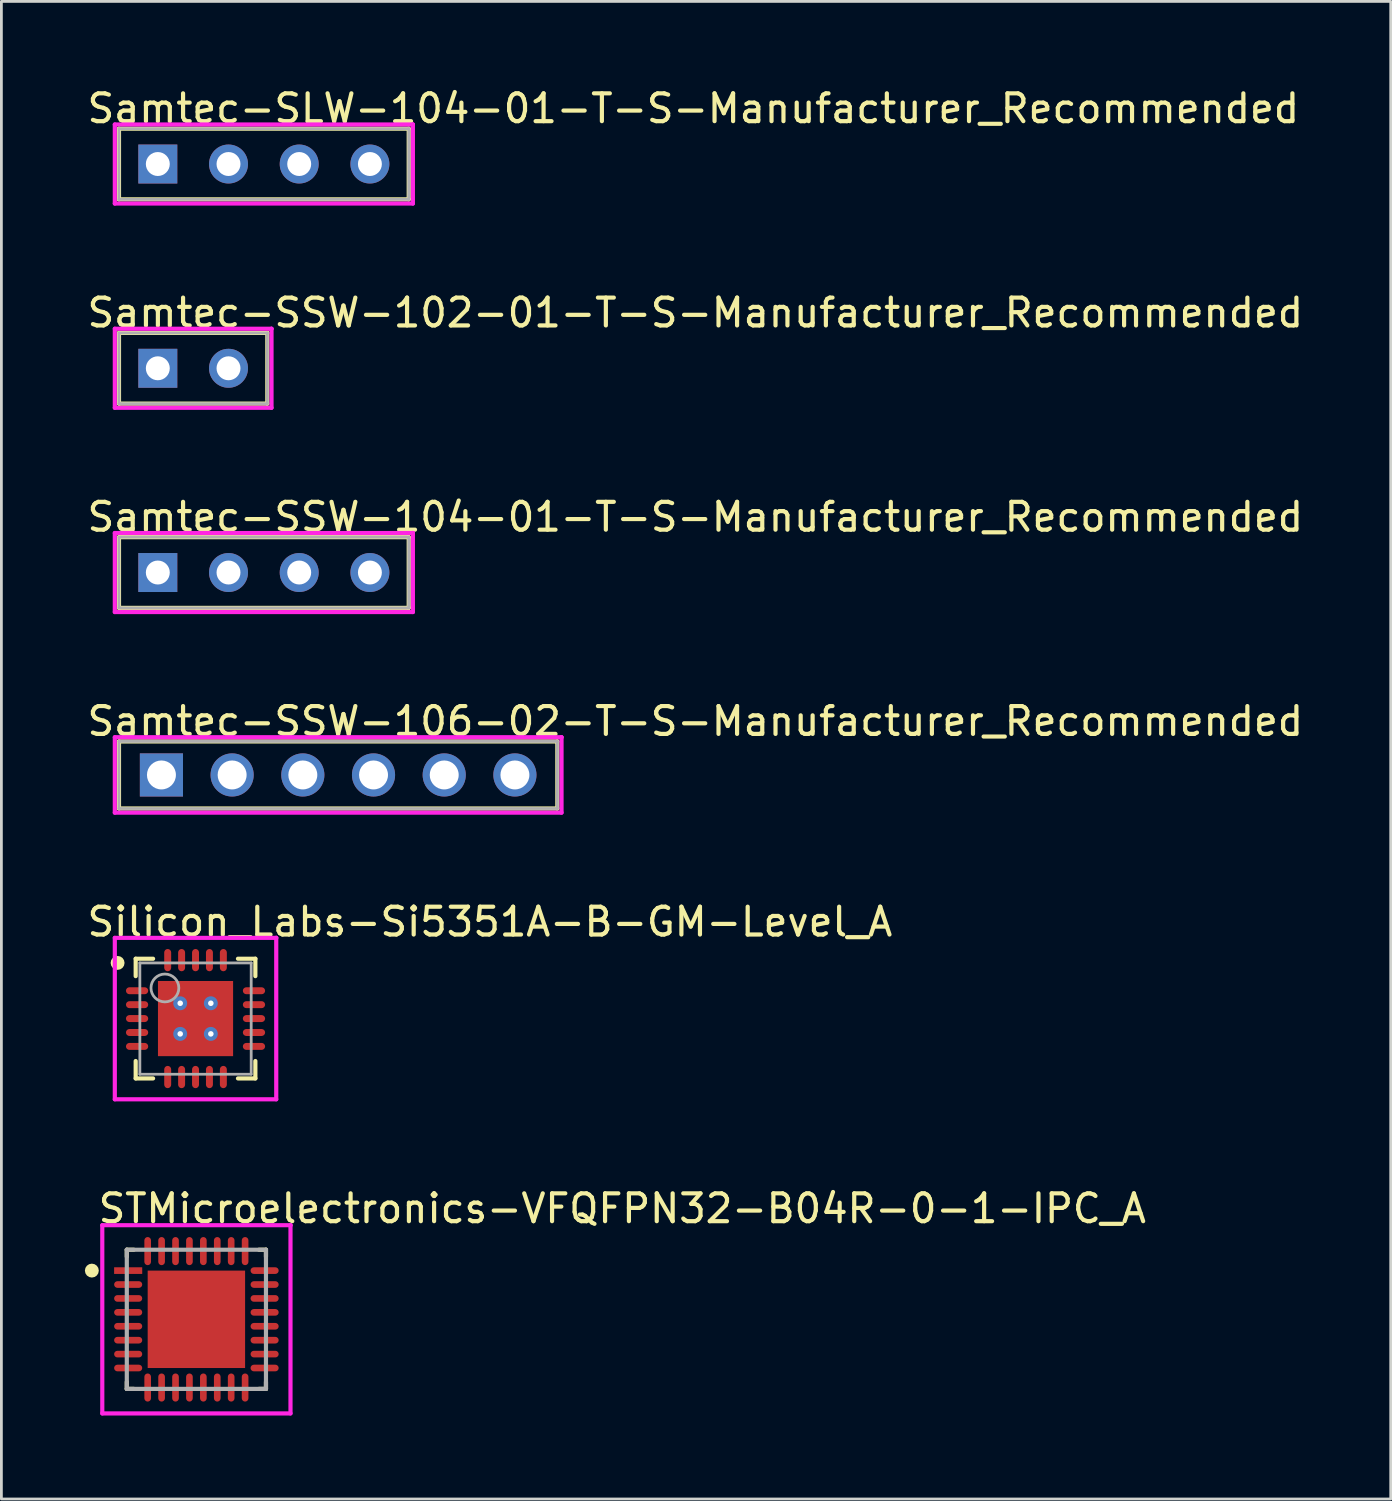
<source format=kicad_pcb>
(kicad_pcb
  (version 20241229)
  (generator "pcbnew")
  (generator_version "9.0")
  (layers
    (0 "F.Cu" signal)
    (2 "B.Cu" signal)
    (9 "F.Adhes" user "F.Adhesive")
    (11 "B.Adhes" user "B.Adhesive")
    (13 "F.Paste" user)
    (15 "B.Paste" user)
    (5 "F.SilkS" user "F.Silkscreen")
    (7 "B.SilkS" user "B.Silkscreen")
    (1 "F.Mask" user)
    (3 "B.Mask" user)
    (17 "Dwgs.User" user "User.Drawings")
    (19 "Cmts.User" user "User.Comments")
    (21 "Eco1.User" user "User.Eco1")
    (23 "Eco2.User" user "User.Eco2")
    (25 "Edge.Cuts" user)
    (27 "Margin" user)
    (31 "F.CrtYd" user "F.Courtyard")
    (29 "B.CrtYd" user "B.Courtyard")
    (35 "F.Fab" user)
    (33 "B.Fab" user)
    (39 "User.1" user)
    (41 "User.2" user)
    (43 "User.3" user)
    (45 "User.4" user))
  (footprint "Silicon_Labs-Si5351A-B-GM-Level_A"
    (layer "F.Cu")
    (at 3.975 33.546)
    (property "Reference" "Silicon_Labs-Si5351A-B-GM-Level_A" (at -3.975 -3.475 0) (layer "F.SilkS") (effects (font (size 1 1) (thickness 0.15)) (justify left)))
    (attr through_hole)
    (fp_line (start -2.15 -2.15) (end -1.525 -2.15) (stroke (width 0.15) (type solid)) (layer "F.SilkS"))
    (fp_line (start -2.15 -1.525) (end -2.15 -2.15) (stroke (width 0.15) (type solid)) (layer "F.SilkS"))
    (fp_line (start -2.15 2.15) (end -2.15 1.525) (stroke (width 0.15) (type solid)) (layer "F.SilkS"))
    (fp_line (start -2.15 2.15) (end -1.525 2.15) (stroke (width 0.15) (type solid)) (layer "F.SilkS"))
    (fp_line (start 1.525 -2.15) (end 2.15 -2.15) (stroke (width 0.15) (type solid)) (layer "F.SilkS"))
    (fp_line (start 1.525 2.15) (end 2.15 2.15) (stroke (width 0.15) (type solid)) (layer "F.SilkS"))
    (fp_line (start 2.15 -1.525) (end 2.15 -2.15) (stroke (width 0.15) (type solid)) (layer "F.SilkS"))
    (fp_line (start 2.15 2.15) (end 2.15 1.525) (stroke (width 0.15) (type solid)) (layer "F.SilkS"))
    (fp_circle (center -2.8 -2) (end -2.675 -2) (stroke (width 0.25) (type solid)) (fill no) (layer "F.SilkS"))
    (fp_line (start -2.9 -2.9) (end -2.9 2.9) (stroke (width 0.15) (type solid)) (layer "F.CrtYd"))
    (fp_line (start -2.9 2.9) (end 2.9 2.9) (stroke (width 0.15) (type solid)) (layer "F.CrtYd"))
    (fp_line (start 2.9 -2.9) (end -2.9 -2.9) (stroke (width 0.15) (type solid)) (layer "F.CrtYd"))
    (fp_line (start 2.9 -2.9) (end 2.9 -2.9) (stroke (width 0.15) (type solid)) (layer "F.CrtYd"))
    (fp_line (start 2.9 2.9) (end 2.9 -2.9) (stroke (width 0.15) (type solid)) (layer "F.CrtYd"))
    (fp_line (start -2 -2) (end 2 -2) (stroke (width 0.1) (type solid)) (layer "F.Fab"))
    (fp_line (start -2 2) (end -2 -2) (stroke (width 0.1) (type solid)) (layer "F.Fab"))
    (fp_line (start -2 2) (end 2 2) (stroke (width 0.1) (type solid)) (layer "F.Fab"))
    (fp_line (start 2 2) (end 2 -2) (stroke (width 0.1) (type solid)) (layer "F.Fab"))
    (fp_circle (center -1.1 -1.1) (end -0.6 -1.1) (stroke (width 0.1) (type solid)) (fill no) (layer "F.Fab"))
    (pad "1" smd roundrect (at -2.1 -1 270) (size 0.25 0.8) (layers "F.Cu" "F.Mask" "F.Paste") (roundrect_rratio 0.5))
    (pad "2" smd roundrect (at -2.1 -0.5 270) (size 0.25 0.8) (layers "F.Cu" "F.Mask" "F.Paste") (roundrect_rratio 0.5))
    (pad "3" smd roundrect (at -2.1 -0.000001 270) (size 0.25 0.8) (layers "F.Cu" "F.Mask" "F.Paste") (roundrect_rratio 0.5))
    (pad "4" smd roundrect (at -2.1 0.5 270) (size 0.25 0.8) (layers "F.Cu" "F.Mask" "F.Paste") (roundrect_rratio 0.5))
    (pad "5" smd roundrect (at -2.1 1 270) (size 0.25 0.8) (layers "F.Cu" "F.Mask" "F.Paste") (roundrect_rratio 0.5))
    (pad "6" smd roundrect (at -1 2.1) (size 0.25 0.8) (layers "F.Cu" "F.Mask" "F.Paste") (roundrect_rratio 0.5))
    (pad "7" smd roundrect (at -0.5 2.1) (size 0.25 0.8) (layers "F.Cu" "F.Mask" "F.Paste") (roundrect_rratio 0.5))
    (pad "8" smd roundrect (at 0.000001 2.1) (size 0.25 0.8) (layers "F.Cu" "F.Mask" "F.Paste") (roundrect_rratio 0.5))
    (pad "9" smd roundrect (at 0.5 2.1) (size 0.25 0.8) (layers "F.Cu" "F.Mask" "F.Paste") (roundrect_rratio 0.5))
    (pad "10" smd roundrect (at 1 2.1) (size 0.25 0.8) (layers "F.Cu" "F.Mask" "F.Paste") (roundrect_rratio 0.5))
    (pad "11" smd roundrect (at 2.1 1 270) (size 0.25 0.8) (layers "F.Cu" "F.Mask" "F.Paste") (roundrect_rratio 0.5))
    (pad "12" smd roundrect (at 2.1 0.5 270) (size 0.25 0.8) (layers "F.Cu" "F.Mask" "F.Paste") (roundrect_rratio 0.5))
    (pad "13" smd roundrect (at 2.1 -0.000001 270) (size 0.25 0.8) (layers "F.Cu" "F.Mask" "F.Paste") (roundrect_rratio 0.5))
    (pad "14" smd roundrect (at 2.1 -0.5 270) (size 0.25 0.8) (layers "F.Cu" "F.Mask" "F.Paste") (roundrect_rratio 0.5))
    (pad "15" smd roundrect (at 2.1 -1 270) (size 0.25 0.8) (layers "F.Cu" "F.Mask" "F.Paste") (roundrect_rratio 0.5))
    (pad "16" smd roundrect (at 1 -2.1) (size 0.25 0.8) (layers "F.Cu" "F.Mask" "F.Paste") (roundrect_rratio 0.5))
    (pad "17" smd roundrect (at 0.5 -2.1) (size 0.25 0.8) (layers "F.Cu" "F.Mask" "F.Paste") (roundrect_rratio 0.5))
    (pad "18" smd roundrect (at 0.000001 -2.1) (size 0.25 0.8) (layers "F.Cu" "F.Mask" "F.Paste") (roundrect_rratio 0.5))
    (pad "19" smd roundrect (at -0.5 -2.1) (size 0.25 0.8) (layers "F.Cu" "F.Mask" "F.Paste") (roundrect_rratio 0.5))
    (pad "20" smd roundrect (at -1 -2.1) (size 0.25 0.8) (layers "F.Cu" "F.Mask" "F.Paste") (roundrect_rratio 0.5))
    (pad "21" smd rect (at 0 0) (size 2.7 2.7) (layers "F.Cu" "F.Mask" "F.Paste"))
    (pad "~" thru_hole circle (at -0.55 -0.55) (size 0.5 0.5) (drill 0.2) (layers "*.Cu"))
    (pad "~" thru_hole circle (at -0.55 0.55) (size 0.5 0.5) (drill 0.2) (layers "*.Cu"))
    (pad "~" thru_hole circle (at 0.55 -0.55) (size 0.5 0.5) (drill 0.2) (layers "*.Cu"))
    (pad "~" thru_hole circle (at 0.55 0.55) (size 0.5 0.5) (drill 0.2) (layers "*.Cu")))
  (footprint "STMicroelectronics-VFQFPN32-B04R-0-1-IPC_A"
    (layer "F.Cu")
    (at 4.006 44.351)
    (property "Reference" "STMicroelectronics-VFQFPN32-B04R-0-1-IPC_A" (at -3.606 -3.981 0) (layer "F.SilkS") (effects (font (size 1 1) (thickness 0.15)) (justify left)))
    (attr through_hole)
    (fp_line (start -2.5 -2.5) (end -2.5 -2.25) (stroke (width 0.15) (type solid)) (layer "F.SilkS"))
    (fp_line (start -2.5 2.5) (end -2.5 2.25) (stroke (width 0.15) (type solid)) (layer "F.SilkS"))
    (fp_line (start -2.25 -2.5) (end -2.5 -2.5) (stroke (width 0.15) (type solid)) (layer "F.SilkS"))
    (fp_line (start -2.25 2.5) (end -2.5 2.5) (stroke (width 0.15) (type solid)) (layer "F.SilkS"))
    (fp_line (start 2.25 -2.5) (end 2.5 -2.5) (stroke (width 0.15) (type solid)) (layer "F.SilkS"))
    (fp_line (start 2.25 2.5) (end 2.5 2.5) (stroke (width 0.15) (type solid)) (layer "F.SilkS"))
    (fp_line (start 2.5 -2.5) (end 2.5 -2.25) (stroke (width 0.15) (type solid)) (layer "F.SilkS"))
    (fp_line (start 2.5 2.5) (end 2.5 2.25) (stroke (width 0.15) (type solid)) (layer "F.SilkS"))
    (fp_circle (center -3.756 -1.75) (end -3.631 -1.75) (stroke (width 0.25) (type solid)) (fill no) (layer "F.SilkS"))
    (fp_poly (pts (xy -1.107 -1.107) (xy 1.107 -1.107) (xy 1.107 1.107) (xy -1.107 1.107)) (stroke (width 0) (type solid)) (fill yes) (layer "F.Paste"))
    (fp_line (start -3.381 -3.381) (end -3.381 3.381) (stroke (width 0.15) (type solid)) (layer "F.CrtYd"))
    (fp_line (start -3.381 3.381) (end 3.381 3.381) (stroke (width 0.15) (type solid)) (layer "F.CrtYd"))
    (fp_line (start 3.381 -3.381) (end -3.381 -3.381) (stroke (width 0.15) (type solid)) (layer "F.CrtYd"))
    (fp_line (start 3.381 -3.381) (end 3.381 -3.381) (stroke (width 0.15) (type solid)) (layer "F.CrtYd"))
    (fp_line (start 3.381 3.381) (end 3.381 -3.381) (stroke (width 0.15) (type solid)) (layer "F.CrtYd"))
    (fp_line (start -2.5 -2.5) (end 2.5 -2.5) (stroke (width 0.15) (type solid)) (layer "F.Fab"))
    (fp_line (start -2.5 2.5) (end -2.5 -2.5) (stroke (width 0.15) (type solid)) (layer "F.Fab"))
    (fp_line (start 2.5 -2.5) (end 2.5 2.5) (stroke (width 0.15) (type solid)) (layer "F.Fab"))
    (fp_line (start 2.5 2.5) (end -2.5 2.5) (stroke (width 0.15) (type solid)) (layer "F.Fab"))
    (pad "1" smd rect (at -2.451 -1.75) (size 1.01 0.239) (layers "F.Cu" "F.Mask" "F.Paste"))
    (pad "2" smd roundrect (at -2.451 -1.25) (size 1.01 0.239) (layers "F.Cu" "F.Mask" "F.Paste") (roundrect_rratio 0.5))
    (pad "3" smd roundrect (at -2.451 -0.75) (size 1.01 0.239) (layers "F.Cu" "F.Mask" "F.Paste") (roundrect_rratio 0.5))
    (pad "4" smd roundrect (at -2.451 -0.25) (size 1.01 0.239) (layers "F.Cu" "F.Mask" "F.Paste") (roundrect_rratio 0.5))
    (pad "5" smd roundrect (at -2.451 0.25) (size 1.01 0.239) (layers "F.Cu" "F.Mask" "F.Paste") (roundrect_rratio 0.5))
    (pad "6" smd roundrect (at -2.451 0.75) (size 1.01 0.239) (layers "F.Cu" "F.Mask" "F.Paste") (roundrect_rratio 0.5))
    (pad "7" smd roundrect (at -2.451 1.25) (size 1.01 0.239) (layers "F.Cu" "F.Mask" "F.Paste") (roundrect_rratio 0.5))
    (pad "8" smd roundrect (at -2.451 1.75) (size 1.01 0.239) (layers "F.Cu" "F.Mask" "F.Paste") (roundrect_rratio 0.5))
    (pad "9" smd roundrect (at -1.75 2.451) (size 0.239 1.01) (layers "F.Cu" "F.Mask" "F.Paste") (roundrect_rratio 0.5))
    (pad "10" smd roundrect (at -1.25 2.451) (size 0.239 1.01) (layers "F.Cu" "F.Mask" "F.Paste") (roundrect_rratio 0.5))
    (pad "11" smd roundrect (at -0.75 2.451) (size 0.239 1.01) (layers "F.Cu" "F.Mask" "F.Paste") (roundrect_rratio 0.5))
    (pad "12" smd roundrect (at -0.25 2.451) (size 0.239 1.01) (layers "F.Cu" "F.Mask" "F.Paste") (roundrect_rratio 0.5))
    (pad "13" smd roundrect (at 0.25 2.451) (size 0.239 1.01) (layers "F.Cu" "F.Mask" "F.Paste") (roundrect_rratio 0.5))
    (pad "14" smd roundrect (at 0.75 2.451) (size 0.239 1.01) (layers "F.Cu" "F.Mask" "F.Paste") (roundrect_rratio 0.5))
    (pad "15" smd roundrect (at 1.25 2.451) (size 0.239 1.01) (layers "F.Cu" "F.Mask" "F.Paste") (roundrect_rratio 0.5))
    (pad "16" smd roundrect (at 1.75 2.451) (size 0.239 1.01) (layers "F.Cu" "F.Mask" "F.Paste") (roundrect_rratio 0.5))
    (pad "17" smd roundrect (at 2.451 1.75) (size 1.01 0.239) (layers "F.Cu" "F.Mask" "F.Paste") (roundrect_rratio 0.5))
    (pad "18" smd roundrect (at 2.451 1.25) (size 1.01 0.239) (layers "F.Cu" "F.Mask" "F.Paste") (roundrect_rratio 0.5))
    (pad "19" smd roundrect (at 2.451 0.75) (size 1.01 0.239) (layers "F.Cu" "F.Mask" "F.Paste") (roundrect_rratio 0.5))
    (pad "20" smd roundrect (at 2.451 0.25) (size 1.01 0.239) (layers "F.Cu" "F.Mask" "F.Paste") (roundrect_rratio 0.5))
    (pad "21" smd roundrect (at 2.451 -0.25) (size 1.01 0.239) (layers "F.Cu" "F.Mask" "F.Paste") (roundrect_rratio 0.5))
    (pad "22" smd roundrect (at 2.451 -0.75) (size 1.01 0.239) (layers "F.Cu" "F.Mask" "F.Paste") (roundrect_rratio 0.5))
    (pad "23" smd roundrect (at 2.451 -1.25) (size 1.01 0.239) (layers "F.Cu" "F.Mask" "F.Paste") (roundrect_rratio 0.5))
    (pad "24" smd roundrect (at 2.451 -1.75) (size 1.01 0.239) (layers "F.Cu" "F.Mask" "F.Paste") (roundrect_rratio 0.5))
    (pad "25" smd roundrect (at 1.75 -2.451) (size 0.239 1.01) (layers "F.Cu" "F.Mask" "F.Paste") (roundrect_rratio 0.5))
    (pad "26" smd roundrect (at 1.25 -2.451) (size 0.239 1.01) (layers "F.Cu" "F.Mask" "F.Paste") (roundrect_rratio 0.5))
    (pad "27" smd roundrect (at 0.75 -2.451) (size 0.239 1.01) (layers "F.Cu" "F.Mask" "F.Paste") (roundrect_rratio 0.5))
    (pad "28" smd roundrect (at 0.25 -2.451) (size 0.239 1.01) (layers "F.Cu" "F.Mask" "F.Paste") (roundrect_rratio 0.5))
    (pad "29" smd roundrect (at -0.25 -2.451) (size 0.239 1.01) (layers "F.Cu" "F.Mask" "F.Paste") (roundrect_rratio 0.5))
    (pad "30" smd roundrect (at -0.75 -2.451) (size 0.239 1.01) (layers "F.Cu" "F.Mask" "F.Paste") (roundrect_rratio 0.5))
    (pad "31" smd roundrect (at -1.25 -2.451) (size 0.239 1.01) (layers "F.Cu" "F.Mask" "F.Paste") (roundrect_rratio 0.5))
    (pad "32" smd roundrect (at -1.75 -2.451) (size 0.239 1.01) (layers "F.Cu" "F.Mask" "F.Paste") (roundrect_rratio 0.5))
    (pad "33" smd rect (at 0 0) (size 3.5 3.5) (layers "F.Cu" "F.Mask")))
  (footprint "Samtec-SSW-102-01-T-S-Manufacturer_Recommended"
    (layer "F.Cu")
    (at 2.62 10.182)
    (property "Reference" "Samtec-SSW-102-01-T-S-Manufacturer_Recommended" (at -2.62 -1.995 0) (layer "F.SilkS") (effects (font (size 1 1) (thickness 0.15)) (justify left)))
    (attr through_hole)
    (fp_line (start -1.395 -1.27) (end 3.935 -1.27) (stroke (width 0.15) (type solid)) (layer "F.SilkS"))
    (fp_line (start -1.395 1.27) (end -1.395 -1.27) (stroke (width 0.15) (type solid)) (layer "F.SilkS"))
    (fp_line (start -1.395 1.27) (end 3.935 1.27) (stroke (width 0.15) (type solid)) (layer "F.SilkS"))
    (fp_line (start 3.935 1.27) (end 3.935 -1.27) (stroke (width 0.15) (type solid)) (layer "F.SilkS"))
    (fp_line (start -1.545 -1.42) (end -1.545 1.42) (stroke (width 0.15) (type solid)) (layer "F.CrtYd"))
    (fp_line (start -1.545 1.42) (end 4.085 1.42) (stroke (width 0.15) (type solid)) (layer "F.CrtYd"))
    (fp_line (start 4.085 -1.42) (end -1.545 -1.42) (stroke (width 0.15) (type solid)) (layer "F.CrtYd"))
    (fp_line (start 4.085 -1.42) (end 4.085 -1.42) (stroke (width 0.15) (type solid)) (layer "F.CrtYd"))
    (fp_line (start 4.085 1.42) (end 4.085 -1.42) (stroke (width 0.15) (type solid)) (layer "F.CrtYd"))
    (fp_line (start -1.395 -1.27) (end 3.935 -1.27) (stroke (width 0.1) (type solid)) (layer "F.Fab"))
    (fp_line (start -1.395 1.27) (end -1.395 -1.27) (stroke (width 0.1) (type solid)) (layer "F.Fab"))
    (fp_line (start -1.395 1.27) (end 3.935 1.27) (stroke (width 0.1) (type solid)) (layer "F.Fab"))
    (fp_line (start 3.935 1.27) (end 3.935 -1.27) (stroke (width 0.1) (type solid)) (layer "F.Fab"))
    (pad "1" thru_hole rect (at 0 0) (size 1.4 1.4) (drill 0.86) (layers "*.Cu"))
    (pad "2" thru_hole circle (at 2.54 0) (size 1.4 1.4) (drill 0.86) (layers "*.Cu")))
  (footprint "Samtec-SSW-106-02-T-S-Manufacturer_Recommended"
    (layer "F.Cu")
    (at 2.75 24.793)
    (property "Reference" "Samtec-SSW-106-02-T-S-Manufacturer_Recommended" (at -2.75 -1.93 0) (layer "F.SilkS") (effects (font (size 1 1) (thickness 0.15)) (justify left)))
    (attr through_hole)
    (fp_line (start -1.525 -1.205) (end 14.225 -1.205) (stroke (width 0.15) (type solid)) (layer "F.SilkS"))
    (fp_line (start -1.525 1.205) (end -1.525 -1.205) (stroke (width 0.15) (type solid)) (layer "F.SilkS"))
    (fp_line (start -1.525 1.205) (end 14.225 1.205) (stroke (width 0.15) (type solid)) (layer "F.SilkS"))
    (fp_line (start 14.225 1.205) (end 14.225 -1.205) (stroke (width 0.15) (type solid)) (layer "F.SilkS"))
    (fp_line (start -1.675 -1.355) (end -1.675 1.355) (stroke (width 0.15) (type solid)) (layer "F.CrtYd"))
    (fp_line (start -1.675 1.355) (end 14.375 1.355) (stroke (width 0.15) (type solid)) (layer "F.CrtYd"))
    (fp_line (start 14.375 -1.355) (end -1.675 -1.355) (stroke (width 0.15) (type solid)) (layer "F.CrtYd"))
    (fp_line (start 14.375 -1.355) (end 14.375 -1.355) (stroke (width 0.15) (type solid)) (layer "F.CrtYd"))
    (fp_line (start 14.375 1.355) (end 14.375 -1.355) (stroke (width 0.15) (type solid)) (layer "F.CrtYd"))
    (fp_line (start -1.525 -1.205) (end 14.225 -1.205) (stroke (width 0.1) (type solid)) (layer "F.Fab"))
    (fp_line (start -1.525 1.205) (end -1.525 -1.205) (stroke (width 0.1) (type solid)) (layer "F.Fab"))
    (fp_line (start -1.525 1.205) (end 14.225 1.205) (stroke (width 0.1) (type solid)) (layer "F.Fab"))
    (fp_line (start 14.225 1.205) (end 14.225 -1.205) (stroke (width 0.1) (type solid)) (layer "F.Fab"))
    (pad "1" thru_hole rect (at 0 0) (size 1.55 1.55) (drill 1.04) (layers "*.Cu"))
    (pad "2" thru_hole circle (at 2.54 0) (size 1.55 1.55) (drill 1.04) (layers "*.Cu"))
    (pad "3" thru_hole circle (at 5.08 0) (size 1.55 1.55) (drill 1.04) (layers "*.Cu"))
    (pad "4" thru_hole circle (at 7.62 0) (size 1.55 1.55) (drill 1.04) (layers "*.Cu"))
    (pad "5" thru_hole circle (at 10.16 0) (size 1.55 1.55) (drill 1.04) (layers "*.Cu"))
    (pad "6" thru_hole circle (at 12.7 0) (size 1.55 1.55) (drill 1.04) (layers "*.Cu")))
  (footprint "Samtec-SSW-104-01-T-S-Manufacturer_Recommended"
    (layer "F.Cu")
    (at 2.62 17.52)
    (property "Reference" "Samtec-SSW-104-01-T-S-Manufacturer_Recommended" (at -2.62 -1.995 0) (layer "F.SilkS") (effects (font (size 1 1) (thickness 0.15)) (justify left)))
    (attr through_hole)
    (fp_line (start -1.395 -1.27) (end 9.015 -1.27) (stroke (width 0.15) (type solid)) (layer "F.SilkS"))
    (fp_line (start -1.395 1.27) (end -1.395 -1.27) (stroke (width 0.15) (type solid)) (layer "F.SilkS"))
    (fp_line (start -1.395 1.27) (end 9.015 1.27) (stroke (width 0.15) (type solid)) (layer "F.SilkS"))
    (fp_line (start 9.015 1.27) (end 9.015 -1.27) (stroke (width 0.15) (type solid)) (layer "F.SilkS"))
    (fp_line (start -1.545 -1.42) (end -1.545 1.42) (stroke (width 0.15) (type solid)) (layer "F.CrtYd"))
    (fp_line (start -1.545 1.42) (end 9.165 1.42) (stroke (width 0.15) (type solid)) (layer "F.CrtYd"))
    (fp_line (start 9.165 -1.42) (end -1.545 -1.42) (stroke (width 0.15) (type solid)) (layer "F.CrtYd"))
    (fp_line (start 9.165 -1.42) (end 9.165 -1.42) (stroke (width 0.15) (type solid)) (layer "F.CrtYd"))
    (fp_line (start 9.165 1.42) (end 9.165 -1.42) (stroke (width 0.15) (type solid)) (layer "F.CrtYd"))
    (fp_line (start -1.395 -1.27) (end 9.015 -1.27) (stroke (width 0.1) (type solid)) (layer "F.Fab"))
    (fp_line (start -1.395 1.27) (end -1.395 -1.27) (stroke (width 0.1) (type solid)) (layer "F.Fab"))
    (fp_line (start -1.395 1.27) (end 9.015 1.27) (stroke (width 0.1) (type solid)) (layer "F.Fab"))
    (fp_line (start 9.015 1.27) (end 9.015 -1.27) (stroke (width 0.1) (type solid)) (layer "F.Fab"))
    (pad "1" thru_hole rect (at 0 0) (size 1.4 1.4) (drill 0.86) (layers "*.Cu"))
    (pad "2" thru_hole circle (at 2.54 0) (size 1.4 1.4) (drill 0.86) (layers "*.Cu"))
    (pad "3" thru_hole circle (at 5.08 0) (size 1.4 1.4) (drill 0.86) (layers "*.Cu"))
    (pad "4" thru_hole circle (at 7.62 0) (size 1.4 1.4) (drill 0.86) (layers "*.Cu")))
  (footprint "Samtec-SLW-104-01-T-S-Manufacturer_Recommended"
    (layer "F.Cu")
    (at 2.62 2.843)
    (property "Reference" "Samtec-SLW-104-01-T-S-Manufacturer_Recommended" (at -2.62 -1.995 0) (layer "F.SilkS") (effects (font (size 1 1) (thickness 0.15)) (justify left)))
    (attr through_hole)
    (fp_line (start -1.395 -1.27) (end 9.015 -1.27) (stroke (width 0.15) (type solid)) (layer "F.SilkS"))
    (fp_line (start -1.395 1.27) (end -1.395 -1.27) (stroke (width 0.15) (type solid)) (layer "F.SilkS"))
    (fp_line (start -1.395 1.27) (end 9.015 1.27) (stroke (width 0.15) (type solid)) (layer "F.SilkS"))
    (fp_line (start 9.015 1.27) (end 9.015 -1.27) (stroke (width 0.15) (type solid)) (layer "F.SilkS"))
    (fp_line (start -1.545 -1.42) (end -1.545 1.42) (stroke (width 0.15) (type solid)) (layer "F.CrtYd"))
    (fp_line (start -1.545 1.42) (end 9.165 1.42) (stroke (width 0.15) (type solid)) (layer "F.CrtYd"))
    (fp_line (start 9.165 -1.42) (end -1.545 -1.42) (stroke (width 0.15) (type solid)) (layer "F.CrtYd"))
    (fp_line (start 9.165 -1.42) (end 9.165 -1.42) (stroke (width 0.15) (type solid)) (layer "F.CrtYd"))
    (fp_line (start 9.165 1.42) (end 9.165 -1.42) (stroke (width 0.15) (type solid)) (layer "F.CrtYd"))
    (fp_line (start -1.395 -1.27) (end 9.015 -1.27) (stroke (width 0.1) (type solid)) (layer "F.Fab"))
    (fp_line (start -1.395 1.27) (end -1.395 -1.27) (stroke (width 0.1) (type solid)) (layer "F.Fab"))
    (fp_line (start -1.395 1.27) (end 9.015 1.27) (stroke (width 0.1) (type solid)) (layer "F.Fab"))
    (fp_line (start 9.015 1.27) (end 9.015 -1.27) (stroke (width 0.1) (type solid)) (layer "F.Fab"))
    (pad "1" thru_hole rect (at 0 0) (size 1.4 1.4) (drill 0.86) (layers "*.Cu"))
    (pad "2" thru_hole circle (at 2.54 0) (size 1.4 1.4) (drill 0.86) (layers "*.Cu"))
    (pad "3" thru_hole circle (at 5.08 0) (size 1.4 1.4) (drill 0.86) (layers "*.Cu"))
    (pad "4" thru_hole circle (at 7.62 0) (size 1.4 1.4) (drill 0.86) (layers "*.Cu")))
  (gr_rect
    (start -3 -3)
    (end 46.917 50.807)
    (stroke (width 0.1) (type default))
    (fill no)
    (layer "Edge.Cuts")))
</source>
